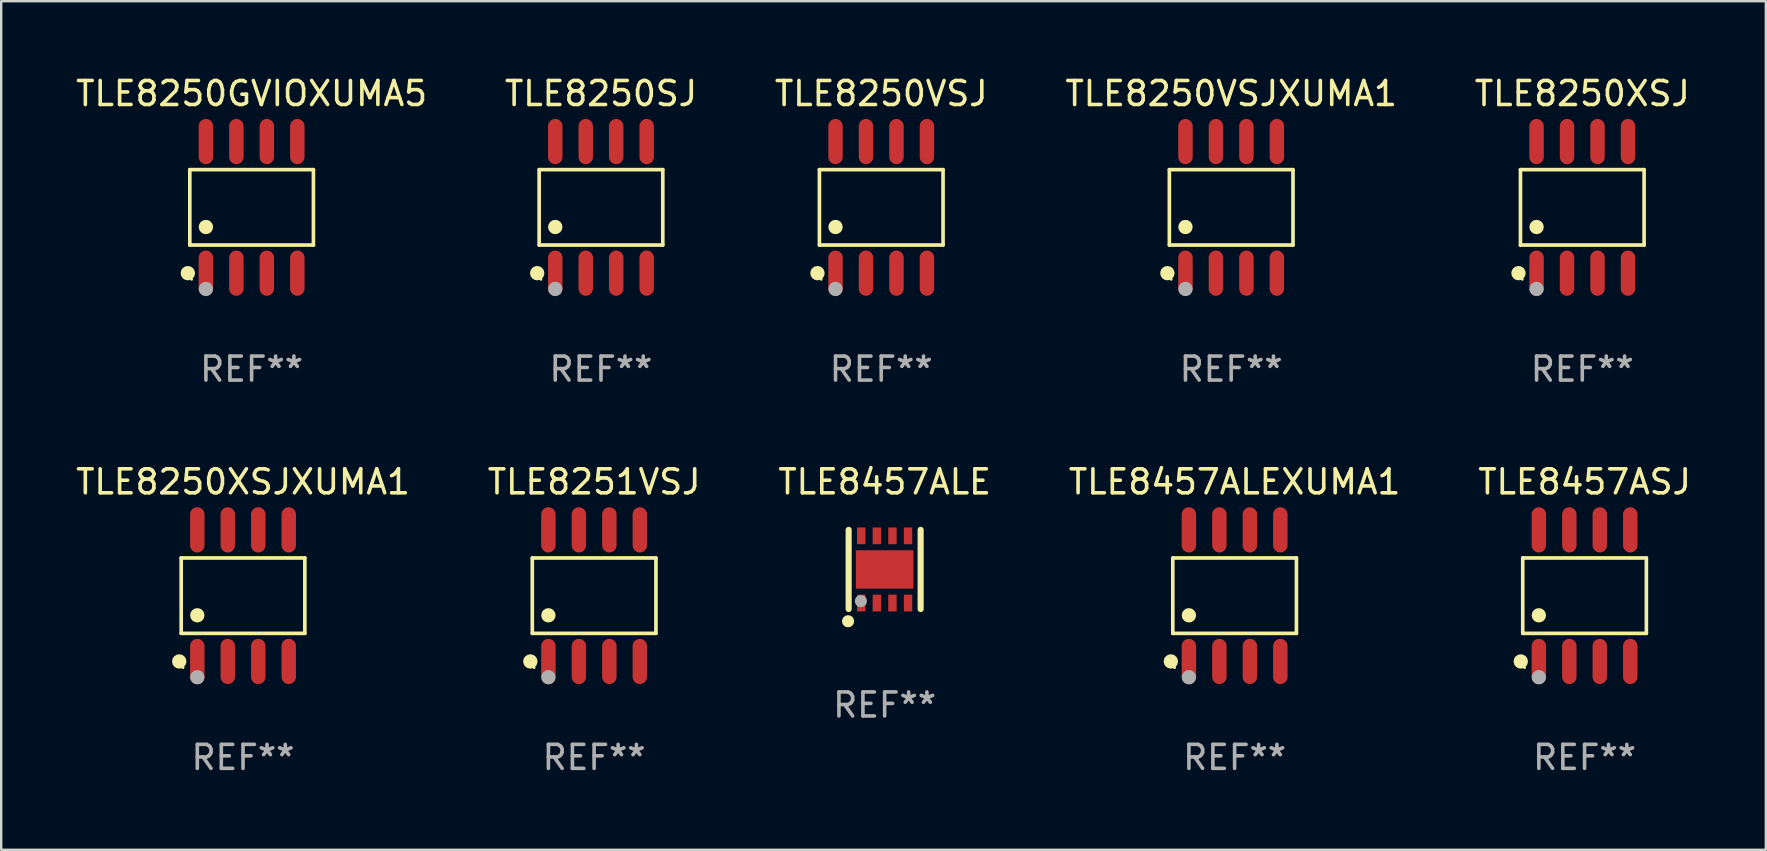
<source format=kicad_pcb>
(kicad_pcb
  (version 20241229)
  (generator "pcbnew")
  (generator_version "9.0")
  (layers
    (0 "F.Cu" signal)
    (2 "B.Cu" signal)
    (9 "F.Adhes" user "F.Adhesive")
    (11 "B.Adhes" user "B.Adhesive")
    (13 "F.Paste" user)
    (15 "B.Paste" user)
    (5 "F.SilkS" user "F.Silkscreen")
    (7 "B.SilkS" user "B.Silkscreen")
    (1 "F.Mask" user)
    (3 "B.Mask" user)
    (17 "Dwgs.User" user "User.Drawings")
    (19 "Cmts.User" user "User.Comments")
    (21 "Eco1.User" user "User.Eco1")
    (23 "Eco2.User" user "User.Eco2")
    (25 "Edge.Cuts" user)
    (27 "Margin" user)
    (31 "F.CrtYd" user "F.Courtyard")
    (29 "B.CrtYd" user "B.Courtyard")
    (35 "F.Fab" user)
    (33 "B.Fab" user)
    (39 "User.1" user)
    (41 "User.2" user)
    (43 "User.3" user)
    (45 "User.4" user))
  (footprint "TLE8457ALEXUMA1"
    (layer "F.Cu")
    (at 48.399 21.772)
    (property "Reference" "TLE8457ALEXUMA1" (at 0 -4.742 0) (layer "F.SilkS") (effects (font (size 1 1) (thickness 0.15))))
    (attr through_hole)
    (fp_line (start -2.576 -1.571) (end 2.576 -1.571) (stroke (width 0.152) (type solid)) (layer "F.SilkS"))
    (fp_line (start -2.576 1.571) (end -2.576 -1.571) (stroke (width 0.152) (type solid)) (layer "F.SilkS"))
    (fp_line (start 2.576 -1.571) (end 2.576 1.571) (stroke (width 0.152) (type solid)) (layer "F.SilkS"))
    (fp_line (start 2.576 1.571) (end -2.576 1.571) (stroke (width 0.152) (type solid)) (layer "F.SilkS"))
    (fp_circle (center -2.658 2.742) (end -2.508 2.742) (stroke (width 0.3) (type solid)) (fill no) (layer "F.SilkS"))
    (fp_circle (center -2.5 3) (end -2.47 3) (stroke (width 0.06) (type solid)) (fill no) (layer "F.SilkS"))
    (fp_circle (center -1.905 0.819) (end -1.755 0.819) (stroke (width 0.3) (type solid)) (fill no) (layer "F.SilkS"))
    (fp_circle (center -1.905 3.4) (end -1.755 3.4) (stroke (width 0.3) (type solid)) (fill no) (layer "F.Fab"))
    (fp_text user "REF**" (at 0 6.742 0) (layer "F.Fab") (effects (font (size 1 1) (thickness 0.15))))
    (pad "1" smd oval (at -1.905 2.742) (size 0.602 1.885) (layers "F.Cu" "F.Mask" "F.Paste"))
    (pad "2" smd oval (at -0.635 2.742) (size 0.602 1.885) (layers "F.Cu" "F.Mask" "F.Paste"))
    (pad "3" smd oval (at 0.635 2.742) (size 0.602 1.885) (layers "F.Cu" "F.Mask" "F.Paste"))
    (pad "4" smd oval (at 1.905 2.742) (size 0.602 1.885) (layers "F.Cu" "F.Mask" "F.Paste"))
    (pad "5" smd oval (at 1.905 -2.742) (size 0.602 1.885) (layers "F.Cu" "F.Mask" "F.Paste"))
    (pad "6" smd oval (at 0.635 -2.742) (size 0.602 1.885) (layers "F.Cu" "F.Mask" "F.Paste"))
    (pad "7" smd oval (at -0.635 -2.742) (size 0.602 1.885) (layers "F.Cu" "F.Mask" "F.Paste"))
    (pad "8" smd oval (at -1.905 -2.742) (size 0.602 1.885) (layers "F.Cu" "F.Mask" "F.Paste")))
  (footprint "TLE8457ALE"
    (layer "F.Cu")
    (at 33.815 20.68)
    (property "Reference" "TLE8457ALE" (at 0 -3.65 0) (layer "F.SilkS") (effects (font (size 1 1) (thickness 0.15))))
    (attr through_hole)
    (fp_line (start -1.5 1.65) (end -1.5 -1.65) (stroke (width 0.254) (type solid)) (layer "F.SilkS"))
    (fp_line (start 1.5 1.65) (end 1.5 -1.65) (stroke (width 0.254) (type solid)) (layer "F.SilkS"))
    (fp_circle (center -1.524 2.159) (end -1.397 2.159) (stroke (width 0.254) (type solid)) (fill no) (layer "F.SilkS"))
    (fp_circle (center -1.5 1.5) (end -1.47 1.5) (stroke (width 0.06) (type solid)) (fill no) (layer "F.SilkS"))
    (fp_circle (center -0.99 1.32) (end -0.863 1.32) (stroke (width 0.254) (type solid)) (fill no) (layer "F.Fab"))
    (fp_text user "REF**" (at 0 5.65 0) (layer "F.Fab") (effects (font (size 1 1) (thickness 0.15))))
    (pad "1" smd rect (at -0.975 1.4 270) (size 0.7 0.35) (layers "F.Cu" "F.Mask" "F.Paste"))
    (pad "2" smd rect (at -0.325 1.4 270) (size 0.7 0.35) (layers "F.Cu" "F.Mask" "F.Paste"))
    (pad "3" smd rect (at 0.325 1.4 270) (size 0.7 0.35) (layers "F.Cu" "F.Mask" "F.Paste"))
    (pad "4" smd rect (at 0.975 1.4 270) (size 0.7 0.35) (layers "F.Cu" "F.Mask" "F.Paste"))
    (pad "5" smd rect (at 0.975 -1.4 270) (size 0.7 0.35) (layers "F.Cu" "F.Mask" "F.Paste"))
    (pad "6" smd rect (at 0.325 -1.4 270) (size 0.7 0.35) (layers "F.Cu" "F.Mask" "F.Paste"))
    (pad "7" smd rect (at -0.325 -1.4 270) (size 0.7 0.35) (layers "F.Cu" "F.Mask" "F.Paste"))
    (pad "8" smd rect (at -0.975 -1.4 270) (size 0.7 0.35) (layers "F.Cu" "F.Mask" "F.Paste"))
    (pad "9" smd rect (at 0.000241 0.000064) (size 2.4 1.6) (layers "F.Cu" "F.Mask" "F.Paste")))
  (footprint "TLE8251VSJ"
    (layer "F.Cu")
    (at 21.708 21.772)
    (property "Reference" "TLE8251VSJ" (at 0 -4.742 0) (layer "F.SilkS") (effects (font (size 1 1) (thickness 0.15))))
    (attr through_hole)
    (fp_line (start -2.576 -1.571) (end 2.576 -1.571) (stroke (width 0.152) (type solid)) (layer "F.SilkS"))
    (fp_line (start -2.576 1.571) (end -2.576 -1.571) (stroke (width 0.152) (type solid)) (layer "F.SilkS"))
    (fp_line (start 2.576 -1.571) (end 2.576 1.571) (stroke (width 0.152) (type solid)) (layer "F.SilkS"))
    (fp_line (start 2.576 1.571) (end -2.576 1.571) (stroke (width 0.152) (type solid)) (layer "F.SilkS"))
    (fp_circle (center -2.658 2.742) (end -2.508 2.742) (stroke (width 0.3) (type solid)) (fill no) (layer "F.SilkS"))
    (fp_circle (center -2.5 3) (end -2.47 3) (stroke (width 0.06) (type solid)) (fill no) (layer "F.SilkS"))
    (fp_circle (center -1.905 0.819) (end -1.755 0.819) (stroke (width 0.3) (type solid)) (fill no) (layer "F.SilkS"))
    (fp_circle (center -1.905 3.4) (end -1.755 3.4) (stroke (width 0.3) (type solid)) (fill no) (layer "F.Fab"))
    (fp_text user "REF**" (at 0 6.742 0) (layer "F.Fab") (effects (font (size 1 1) (thickness 0.15))))
    (pad "1" smd oval (at -1.905 2.742) (size 0.602 1.885) (layers "F.Cu" "F.Mask" "F.Paste"))
    (pad "2" smd oval (at -0.635 2.742) (size 0.602 1.885) (layers "F.Cu" "F.Mask" "F.Paste"))
    (pad "3" smd oval (at 0.635 2.742) (size 0.602 1.885) (layers "F.Cu" "F.Mask" "F.Paste"))
    (pad "4" smd oval (at 1.905 2.742) (size 0.602 1.885) (layers "F.Cu" "F.Mask" "F.Paste"))
    (pad "5" smd oval (at 1.905 -2.742) (size 0.602 1.885) (layers "F.Cu" "F.Mask" "F.Paste"))
    (pad "6" smd oval (at 0.635 -2.742) (size 0.602 1.885) (layers "F.Cu" "F.Mask" "F.Paste"))
    (pad "7" smd oval (at -0.635 -2.742) (size 0.602 1.885) (layers "F.Cu" "F.Mask" "F.Paste"))
    (pad "8" smd oval (at -1.905 -2.742) (size 0.602 1.885) (layers "F.Cu" "F.Mask" "F.Paste")))
  (footprint "TLE8250VSJ"
    (layer "F.Cu")
    (at 33.673 5.591)
    (property "Reference" "TLE8250VSJ" (at 0 -4.742 0) (layer "F.SilkS") (effects (font (size 1 1) (thickness 0.15))))
    (attr through_hole)
    (fp_line (start -2.576 -1.571) (end 2.576 -1.571) (stroke (width 0.152) (type solid)) (layer "F.SilkS"))
    (fp_line (start -2.576 1.571) (end -2.576 -1.571) (stroke (width 0.152) (type solid)) (layer "F.SilkS"))
    (fp_line (start 2.576 -1.571) (end 2.576 1.571) (stroke (width 0.152) (type solid)) (layer "F.SilkS"))
    (fp_line (start 2.576 1.571) (end -2.576 1.571) (stroke (width 0.152) (type solid)) (layer "F.SilkS"))
    (fp_circle (center -2.658 2.742) (end -2.508 2.742) (stroke (width 0.3) (type solid)) (fill no) (layer "F.SilkS"))
    (fp_circle (center -2.5 3) (end -2.47 3) (stroke (width 0.06) (type solid)) (fill no) (layer "F.SilkS"))
    (fp_circle (center -1.905 0.819) (end -1.755 0.819) (stroke (width 0.3) (type solid)) (fill no) (layer "F.SilkS"))
    (fp_circle (center -1.905 3.4) (end -1.755 3.4) (stroke (width 0.3) (type solid)) (fill no) (layer "F.Fab"))
    (fp_text user "REF**" (at 0 6.742 0) (layer "F.Fab") (effects (font (size 1 1) (thickness 0.15))))
    (pad "1" smd oval (at -1.905 2.742) (size 0.602 1.885) (layers "F.Cu" "F.Mask" "F.Paste"))
    (pad "2" smd oval (at -0.635 2.742) (size 0.602 1.885) (layers "F.Cu" "F.Mask" "F.Paste"))
    (pad "3" smd oval (at 0.635 2.742) (size 0.602 1.885) (layers "F.Cu" "F.Mask" "F.Paste"))
    (pad "4" smd oval (at 1.905 2.742) (size 0.602 1.885) (layers "F.Cu" "F.Mask" "F.Paste"))
    (pad "5" smd oval (at 1.905 -2.742) (size 0.602 1.885) (layers "F.Cu" "F.Mask" "F.Paste"))
    (pad "6" smd oval (at 0.635 -2.742) (size 0.602 1.885) (layers "F.Cu" "F.Mask" "F.Paste"))
    (pad "7" smd oval (at -0.635 -2.742) (size 0.602 1.885) (layers "F.Cu" "F.Mask" "F.Paste"))
    (pad "8" smd oval (at -1.905 -2.742) (size 0.602 1.885) (layers "F.Cu" "F.Mask" "F.Paste")))
  (footprint "TLE8250SJ"
    (layer "F.Cu")
    (at 21.994 5.591)
    (property "Reference" "TLE8250SJ" (at 0 -4.742 0) (layer "F.SilkS") (effects (font (size 1 1) (thickness 0.15))))
    (attr through_hole)
    (fp_line (start -2.576 -1.571) (end 2.576 -1.571) (stroke (width 0.152) (type solid)) (layer "F.SilkS"))
    (fp_line (start -2.576 1.571) (end -2.576 -1.571) (stroke (width 0.152) (type solid)) (layer "F.SilkS"))
    (fp_line (start 2.576 -1.571) (end 2.576 1.571) (stroke (width 0.152) (type solid)) (layer "F.SilkS"))
    (fp_line (start 2.576 1.571) (end -2.576 1.571) (stroke (width 0.152) (type solid)) (layer "F.SilkS"))
    (fp_circle (center -2.658 2.742) (end -2.508 2.742) (stroke (width 0.3) (type solid)) (fill no) (layer "F.SilkS"))
    (fp_circle (center -2.5 3) (end -2.47 3) (stroke (width 0.06) (type solid)) (fill no) (layer "F.SilkS"))
    (fp_circle (center -1.905 0.819) (end -1.755 0.819) (stroke (width 0.3) (type solid)) (fill no) (layer "F.SilkS"))
    (fp_circle (center -1.905 3.4) (end -1.755 3.4) (stroke (width 0.3) (type solid)) (fill no) (layer "F.Fab"))
    (fp_text user "REF**" (at 0 6.742 0) (layer "F.Fab") (effects (font (size 1 1) (thickness 0.15))))
    (pad "1" smd oval (at -1.905 2.742) (size 0.602 1.885) (layers "F.Cu" "F.Mask" "F.Paste"))
    (pad "2" smd oval (at -0.635 2.742) (size 0.602 1.885) (layers "F.Cu" "F.Mask" "F.Paste"))
    (pad "3" smd oval (at 0.635 2.742) (size 0.602 1.885) (layers "F.Cu" "F.Mask" "F.Paste"))
    (pad "4" smd oval (at 1.905 2.742) (size 0.602 1.885) (layers "F.Cu" "F.Mask" "F.Paste"))
    (pad "5" smd oval (at 1.905 -2.742) (size 0.602 1.885) (layers "F.Cu" "F.Mask" "F.Paste"))
    (pad "6" smd oval (at 0.635 -2.742) (size 0.602 1.885) (layers "F.Cu" "F.Mask" "F.Paste"))
    (pad "7" smd oval (at -0.635 -2.742) (size 0.602 1.885) (layers "F.Cu" "F.Mask" "F.Paste"))
    (pad "8" smd oval (at -1.905 -2.742) (size 0.602 1.885) (layers "F.Cu" "F.Mask" "F.Paste")))
  (footprint "TLE8250VSJXUMA1"
    (layer "F.Cu")
    (at 48.256 5.591)
    (property "Reference" "TLE8250VSJXUMA1" (at 0 -4.742 0) (layer "F.SilkS") (effects (font (size 1 1) (thickness 0.15))))
    (attr through_hole)
    (fp_line (start -2.576 -1.571) (end 2.576 -1.571) (stroke (width 0.152) (type solid)) (layer "F.SilkS"))
    (fp_line (start -2.576 1.571) (end -2.576 -1.571) (stroke (width 0.152) (type solid)) (layer "F.SilkS"))
    (fp_line (start 2.576 -1.571) (end 2.576 1.571) (stroke (width 0.152) (type solid)) (layer "F.SilkS"))
    (fp_line (start 2.576 1.571) (end -2.576 1.571) (stroke (width 0.152) (type solid)) (layer "F.SilkS"))
    (fp_circle (center -2.658 2.742) (end -2.508 2.742) (stroke (width 0.3) (type solid)) (fill no) (layer "F.SilkS"))
    (fp_circle (center -2.5 3) (end -2.47 3) (stroke (width 0.06) (type solid)) (fill no) (layer "F.SilkS"))
    (fp_circle (center -1.905 0.819) (end -1.755 0.819) (stroke (width 0.3) (type solid)) (fill no) (layer "F.SilkS"))
    (fp_circle (center -1.905 3.4) (end -1.755 3.4) (stroke (width 0.3) (type solid)) (fill no) (layer "F.Fab"))
    (fp_text user "REF**" (at 0 6.742 0) (layer "F.Fab") (effects (font (size 1 1) (thickness 0.15))))
    (pad "1" smd oval (at -1.905 2.742) (size 0.602 1.885) (layers "F.Cu" "F.Mask" "F.Paste"))
    (pad "2" smd oval (at -0.635 2.742) (size 0.602 1.885) (layers "F.Cu" "F.Mask" "F.Paste"))
    (pad "3" smd oval (at 0.635 2.742) (size 0.602 1.885) (layers "F.Cu" "F.Mask" "F.Paste"))
    (pad "4" smd oval (at 1.905 2.742) (size 0.602 1.885) (layers "F.Cu" "F.Mask" "F.Paste"))
    (pad "5" smd oval (at 1.905 -2.742) (size 0.602 1.885) (layers "F.Cu" "F.Mask" "F.Paste"))
    (pad "6" smd oval (at 0.635 -2.742) (size 0.602 1.885) (layers "F.Cu" "F.Mask" "F.Paste"))
    (pad "7" smd oval (at -0.635 -2.742) (size 0.602 1.885) (layers "F.Cu" "F.Mask" "F.Paste"))
    (pad "8" smd oval (at -1.905 -2.742) (size 0.602 1.885) (layers "F.Cu" "F.Mask" "F.Paste")))
  (footprint "TLE8250XSJXUMA1"
    (layer "F.Cu")
    (at 7.077 21.772)
    (property "Reference" "TLE8250XSJXUMA1" (at 0 -4.742 0) (layer "F.SilkS") (effects (font (size 1 1) (thickness 0.15))))
    (attr through_hole)
    (fp_line (start -2.576 -1.571) (end 2.576 -1.571) (stroke (width 0.152) (type solid)) (layer "F.SilkS"))
    (fp_line (start -2.576 1.571) (end -2.576 -1.571) (stroke (width 0.152) (type solid)) (layer "F.SilkS"))
    (fp_line (start 2.576 -1.571) (end 2.576 1.571) (stroke (width 0.152) (type solid)) (layer "F.SilkS"))
    (fp_line (start 2.576 1.571) (end -2.576 1.571) (stroke (width 0.152) (type solid)) (layer "F.SilkS"))
    (fp_circle (center -2.658 2.742) (end -2.508 2.742) (stroke (width 0.3) (type solid)) (fill no) (layer "F.SilkS"))
    (fp_circle (center -2.5 3) (end -2.47 3) (stroke (width 0.06) (type solid)) (fill no) (layer "F.SilkS"))
    (fp_circle (center -1.905 0.819) (end -1.755 0.819) (stroke (width 0.3) (type solid)) (fill no) (layer "F.SilkS"))
    (fp_circle (center -1.905 3.4) (end -1.755 3.4) (stroke (width 0.3) (type solid)) (fill no) (layer "F.Fab"))
    (fp_text user "REF**" (at 0 6.742 0) (layer "F.Fab") (effects (font (size 1 1) (thickness 0.15))))
    (pad "1" smd oval (at -1.905 2.742) (size 0.602 1.885) (layers "F.Cu" "F.Mask" "F.Paste"))
    (pad "2" smd oval (at -0.635 2.742) (size 0.602 1.885) (layers "F.Cu" "F.Mask" "F.Paste"))
    (pad "3" smd oval (at 0.635 2.742) (size 0.602 1.885) (layers "F.Cu" "F.Mask" "F.Paste"))
    (pad "4" smd oval (at 1.905 2.742) (size 0.602 1.885) (layers "F.Cu" "F.Mask" "F.Paste"))
    (pad "5" smd oval (at 1.905 -2.742) (size 0.602 1.885) (layers "F.Cu" "F.Mask" "F.Paste"))
    (pad "6" smd oval (at 0.635 -2.742) (size 0.602 1.885) (layers "F.Cu" "F.Mask" "F.Paste"))
    (pad "7" smd oval (at -0.635 -2.742) (size 0.602 1.885) (layers "F.Cu" "F.Mask" "F.Paste"))
    (pad "8" smd oval (at -1.905 -2.742) (size 0.602 1.885) (layers "F.Cu" "F.Mask" "F.Paste")))
  (footprint "TLE8457ASJ"
    (layer "F.Cu")
    (at 62.982 21.772)
    (property "Reference" "TLE8457ASJ" (at 0 -4.742 0) (layer "F.SilkS") (effects (font (size 1 1) (thickness 0.15))))
    (attr through_hole)
    (fp_line (start -2.576 -1.571) (end 2.576 -1.571) (stroke (width 0.152) (type solid)) (layer "F.SilkS"))
    (fp_line (start -2.576 1.571) (end -2.576 -1.571) (stroke (width 0.152) (type solid)) (layer "F.SilkS"))
    (fp_line (start 2.576 -1.571) (end 2.576 1.571) (stroke (width 0.152) (type solid)) (layer "F.SilkS"))
    (fp_line (start 2.576 1.571) (end -2.576 1.571) (stroke (width 0.152) (type solid)) (layer "F.SilkS"))
    (fp_circle (center -2.658 2.742) (end -2.508 2.742) (stroke (width 0.3) (type solid)) (fill no) (layer "F.SilkS"))
    (fp_circle (center -2.5 3) (end -2.47 3) (stroke (width 0.06) (type solid)) (fill no) (layer "F.SilkS"))
    (fp_circle (center -1.905 0.819) (end -1.755 0.819) (stroke (width 0.3) (type solid)) (fill no) (layer "F.SilkS"))
    (fp_circle (center -1.905 3.4) (end -1.755 3.4) (stroke (width 0.3) (type solid)) (fill no) (layer "F.Fab"))
    (fp_text user "REF**" (at 0 6.742 0) (layer "F.Fab") (effects (font (size 1 1) (thickness 0.15))))
    (pad "1" smd oval (at -1.905 2.742) (size 0.602 1.885) (layers "F.Cu" "F.Mask" "F.Paste"))
    (pad "2" smd oval (at -0.635 2.742) (size 0.602 1.885) (layers "F.Cu" "F.Mask" "F.Paste"))
    (pad "3" smd oval (at 0.635 2.742) (size 0.602 1.885) (layers "F.Cu" "F.Mask" "F.Paste"))
    (pad "4" smd oval (at 1.905 2.742) (size 0.602 1.885) (layers "F.Cu" "F.Mask" "F.Paste"))
    (pad "5" smd oval (at 1.905 -2.742) (size 0.602 1.885) (layers "F.Cu" "F.Mask" "F.Paste"))
    (pad "6" smd oval (at 0.635 -2.742) (size 0.602 1.885) (layers "F.Cu" "F.Mask" "F.Paste"))
    (pad "7" smd oval (at -0.635 -2.742) (size 0.602 1.885) (layers "F.Cu" "F.Mask" "F.Paste"))
    (pad "8" smd oval (at -1.905 -2.742) (size 0.602 1.885) (layers "F.Cu" "F.Mask" "F.Paste")))
  (footprint "TLE8250GVIOXUMA5"
    (layer "F.Cu")
    (at 7.435 5.591)
    (property "Reference" "TLE8250GVIOXUMA5" (at 0 -4.742 0) (layer "F.SilkS") (effects (font (size 1 1) (thickness 0.15))))
    (attr through_hole)
    (fp_line (start -2.576 -1.571) (end 2.576 -1.571) (stroke (width 0.152) (type solid)) (layer "F.SilkS"))
    (fp_line (start -2.576 1.571) (end -2.576 -1.571) (stroke (width 0.152) (type solid)) (layer "F.SilkS"))
    (fp_line (start 2.576 -1.571) (end 2.576 1.571) (stroke (width 0.152) (type solid)) (layer "F.SilkS"))
    (fp_line (start 2.576 1.571) (end -2.576 1.571) (stroke (width 0.152) (type solid)) (layer "F.SilkS"))
    (fp_circle (center -2.658 2.742) (end -2.508 2.742) (stroke (width 0.3) (type solid)) (fill no) (layer "F.SilkS"))
    (fp_circle (center -2.5 3) (end -2.47 3) (stroke (width 0.06) (type solid)) (fill no) (layer "F.SilkS"))
    (fp_circle (center -1.905 0.819) (end -1.755 0.819) (stroke (width 0.3) (type solid)) (fill no) (layer "F.SilkS"))
    (fp_circle (center -1.905 3.4) (end -1.755 3.4) (stroke (width 0.3) (type solid)) (fill no) (layer "F.Fab"))
    (fp_text user "REF**" (at 0 6.742 0) (layer "F.Fab") (effects (font (size 1 1) (thickness 0.15))))
    (pad "1" smd oval (at -1.905 2.742) (size 0.602 1.885) (layers "F.Cu" "F.Mask" "F.Paste"))
    (pad "2" smd oval (at -0.635 2.742) (size 0.602 1.885) (layers "F.Cu" "F.Mask" "F.Paste"))
    (pad "3" smd oval (at 0.635 2.742) (size 0.602 1.885) (layers "F.Cu" "F.Mask" "F.Paste"))
    (pad "4" smd oval (at 1.905 2.742) (size 0.602 1.885) (layers "F.Cu" "F.Mask" "F.Paste"))
    (pad "5" smd oval (at 1.905 -2.742) (size 0.602 1.885) (layers "F.Cu" "F.Mask" "F.Paste"))
    (pad "6" smd oval (at 0.635 -2.742) (size 0.602 1.885) (layers "F.Cu" "F.Mask" "F.Paste"))
    (pad "7" smd oval (at -0.635 -2.742) (size 0.602 1.885) (layers "F.Cu" "F.Mask" "F.Paste"))
    (pad "8" smd oval (at -1.905 -2.742) (size 0.602 1.885) (layers "F.Cu" "F.Mask" "F.Paste")))
  (footprint "TLE8250XSJ"
    (layer "F.Cu")
    (at 62.887 5.591)
    (property "Reference" "TLE8250XSJ" (at 0 -4.742 0) (layer "F.SilkS") (effects (font (size 1 1) (thickness 0.15))))
    (attr through_hole)
    (fp_line (start -2.576 -1.571) (end 2.576 -1.571) (stroke (width 0.152) (type solid)) (layer "F.SilkS"))
    (fp_line (start -2.576 1.571) (end -2.576 -1.571) (stroke (width 0.152) (type solid)) (layer "F.SilkS"))
    (fp_line (start 2.576 -1.571) (end 2.576 1.571) (stroke (width 0.152) (type solid)) (layer "F.SilkS"))
    (fp_line (start 2.576 1.571) (end -2.576 1.571) (stroke (width 0.152) (type solid)) (layer "F.SilkS"))
    (fp_circle (center -2.658 2.742) (end -2.508 2.742) (stroke (width 0.3) (type solid)) (fill no) (layer "F.SilkS"))
    (fp_circle (center -2.5 3) (end -2.47 3) (stroke (width 0.06) (type solid)) (fill no) (layer "F.SilkS"))
    (fp_circle (center -1.905 0.819) (end -1.755 0.819) (stroke (width 0.3) (type solid)) (fill no) (layer "F.SilkS"))
    (fp_circle (center -1.905 3.4) (end -1.755 3.4) (stroke (width 0.3) (type solid)) (fill no) (layer "F.Fab"))
    (fp_text user "REF**" (at 0 6.742 0) (layer "F.Fab") (effects (font (size 1 1) (thickness 0.15))))
    (pad "1" smd oval (at -1.905 2.742) (size 0.602 1.885) (layers "F.Cu" "F.Mask" "F.Paste"))
    (pad "2" smd oval (at -0.635 2.742) (size 0.602 1.885) (layers "F.Cu" "F.Mask" "F.Paste"))
    (pad "3" smd oval (at 0.635 2.742) (size 0.602 1.885) (layers "F.Cu" "F.Mask" "F.Paste"))
    (pad "4" smd oval (at 1.905 2.742) (size 0.602 1.885) (layers "F.Cu" "F.Mask" "F.Paste"))
    (pad "5" smd oval (at 1.905 -2.742) (size 0.602 1.885) (layers "F.Cu" "F.Mask" "F.Paste"))
    (pad "6" smd oval (at 0.635 -2.742) (size 0.602 1.885) (layers "F.Cu" "F.Mask" "F.Paste"))
    (pad "7" smd oval (at -0.635 -2.742) (size 0.602 1.885) (layers "F.Cu" "F.Mask" "F.Paste"))
    (pad "8" smd oval (at -1.905 -2.742) (size 0.602 1.885) (layers "F.Cu" "F.Mask" "F.Paste")))
  (gr_rect
    (start -3 -3)
    (end 70.536 32.363)
    (stroke (width 0.1) (type default))
    (fill no)
    (layer "Edge.Cuts")))
</source>
